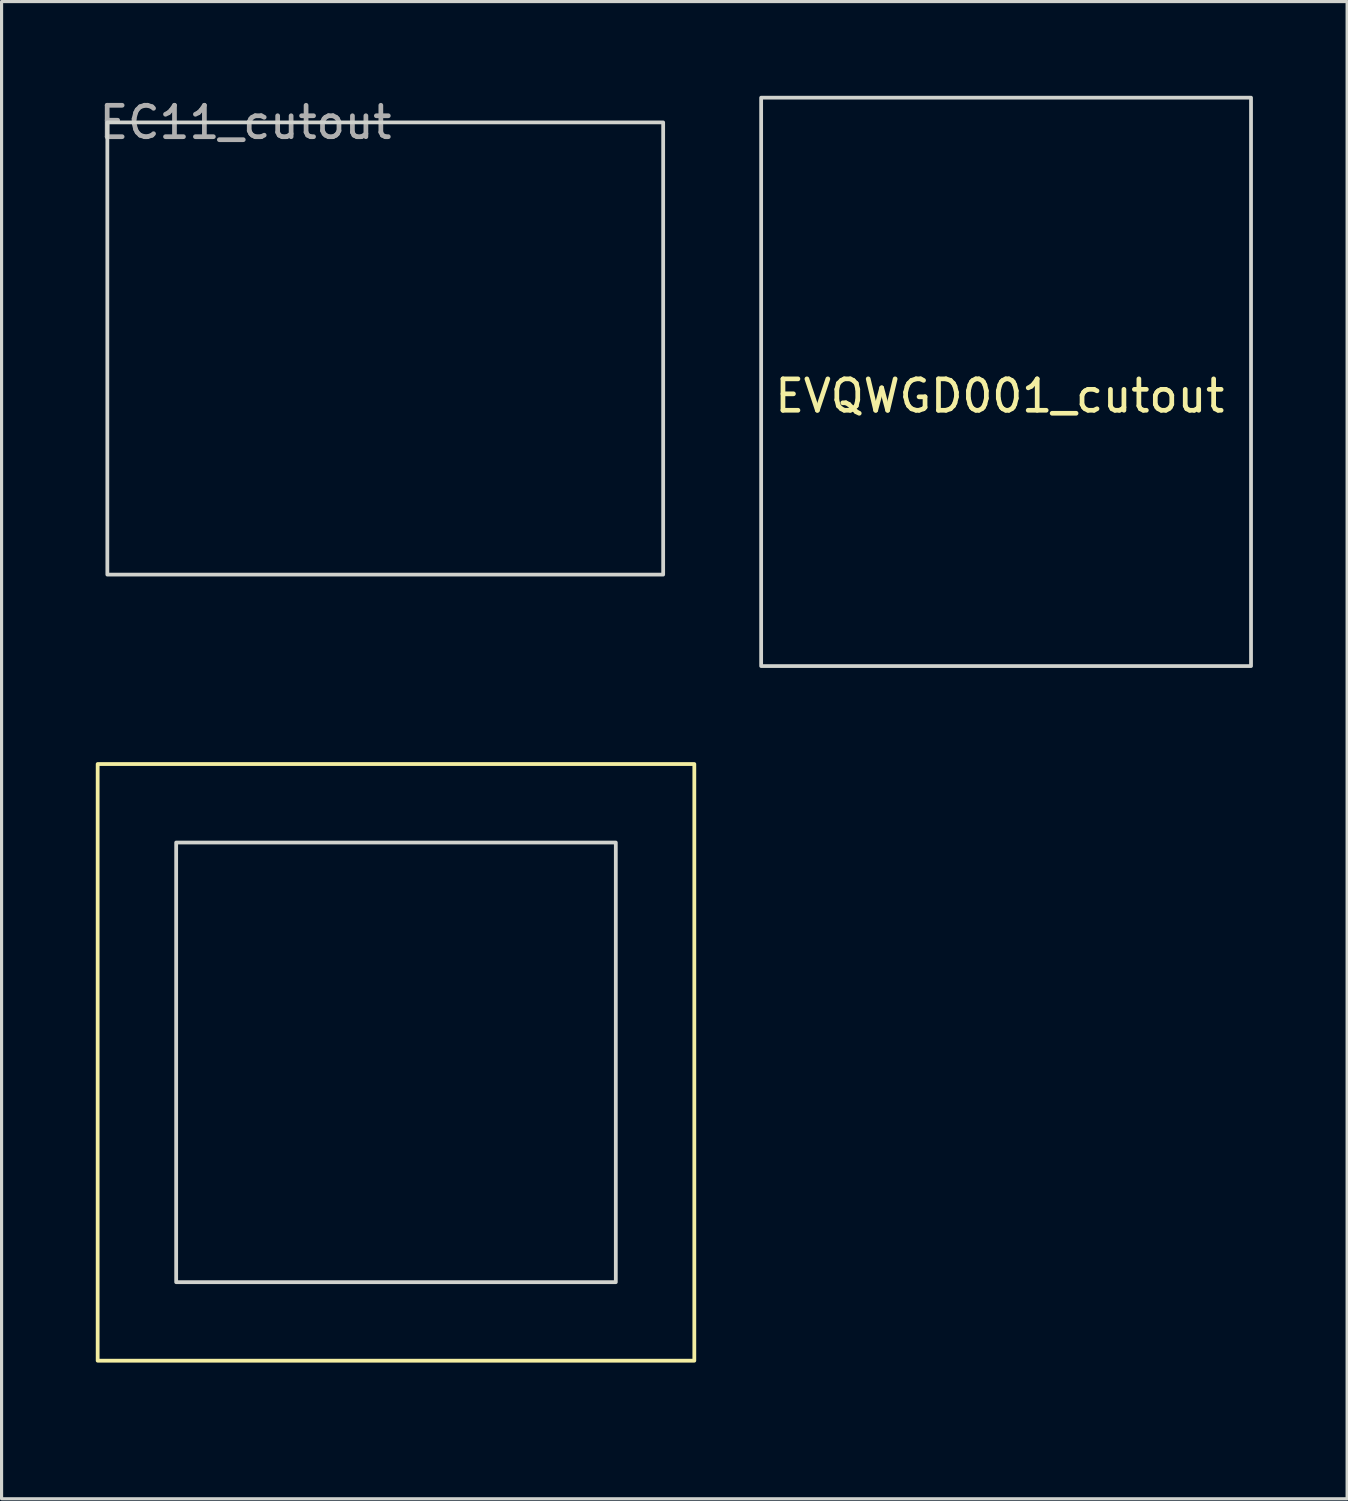
<source format=kicad_pcb>
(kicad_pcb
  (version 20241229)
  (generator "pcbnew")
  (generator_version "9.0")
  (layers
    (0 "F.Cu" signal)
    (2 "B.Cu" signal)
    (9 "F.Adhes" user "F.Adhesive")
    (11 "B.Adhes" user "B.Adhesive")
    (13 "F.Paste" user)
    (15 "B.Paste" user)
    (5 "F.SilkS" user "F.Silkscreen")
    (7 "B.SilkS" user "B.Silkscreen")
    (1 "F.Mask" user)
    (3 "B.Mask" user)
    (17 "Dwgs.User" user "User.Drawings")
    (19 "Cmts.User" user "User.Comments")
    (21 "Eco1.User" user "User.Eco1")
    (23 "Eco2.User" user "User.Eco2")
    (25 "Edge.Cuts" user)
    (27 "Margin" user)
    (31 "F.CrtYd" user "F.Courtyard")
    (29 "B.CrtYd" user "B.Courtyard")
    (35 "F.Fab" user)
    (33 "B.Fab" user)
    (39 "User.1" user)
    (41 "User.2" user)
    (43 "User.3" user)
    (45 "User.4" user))
  (footprint "Keyswitch_Cutout"
    (layer "F.Cu")
    (at 9.56 30.78)
    (property "Reference" "Keyswitch_Cutout" (at 0.25 10.05 0) (layer "Eco2.User") (effects (font (size 1 1) (thickness 0.15))))
    (attr through_hole)
    (fp_rect (start 9.5 -9.5) (end -9.5 9.5) (stroke (width 0.12) (type solid)) (fill no) (layer "F.SilkS"))
    (fp_rect (start 7 -7) (end -7 7) (stroke (width 0.12) (type solid)) (fill no) (layer "Edge.Cuts")))
  (footprint "EVQWGD001_cutout"
    (layer "F.Cu")
    (at 28.788 9.06)
    (property "Reference" "EVQWGD001_cutout" (at 0 0.5 0) (layer "F.SilkS") (effects (font (size 1 1) (thickness 0.15))))
    (attr through_hole)
    (fp_rect (start 8 -9) (end -7.6 9.1) (stroke (width 0.12) (type solid)) (fill no) (layer "Edge.Cuts")))
  (footprint "EC11_cutout"
    (layer "F.Cu")
    (at 9.468 8.048)
    (property "Reference" "EC11_cutout" (at -4.7 -7.2 0) (layer "F.Fab") (effects (font (size 1 1) (thickness 0.15))))
    (attr through_hole)
    (fp_rect (start -9.1 -7.2) (end 8.6 7.2) (stroke (width 0.12) (type solid)) (fill no) (layer "Edge.Cuts")))
  (gr_rect
    (start -3 -3)
    (end 39.848 44.678)
    (stroke (width 0.1) (type default))
    (fill no)
    (layer "Edge.Cuts")))
</source>
